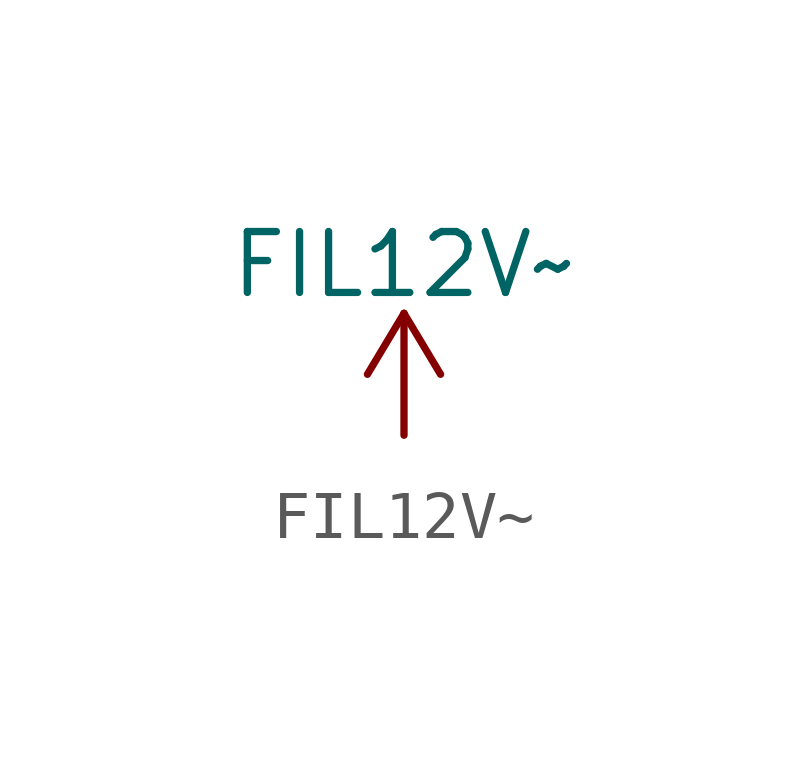
<source format=kicad_sym>
(kicad_symbol_lib
  (version 20220914)
  (generator kicad_symbol_editor)
  (symbol "FIL12V~"
    (power)
    (property "Reference" "#PWR?"
      (at -3.302 -2.54 0)
      (effects (font (size 1.27 1.27)) hide))
    (property "Value" "FIL12V~"
      (at 0 3.556 0)
      (effects (font (size 1.27 1.27))))
    (symbol "FIL12V~_0_1"
      (polyline (pts (xy -0.762 1.27) (xy 0 2.54)) (stroke (width 0) (type default)) (fill (type none)))
      (polyline (pts (xy 0 0) (xy 0 2.54)) (stroke (width 0) (type default)) (fill (type none)))
      (polyline (pts (xy 0 2.54) (xy 0.762 1.27)) (stroke (width 0) (type default)) (fill (type none))))
    (symbol "FIL12V~_1_1"
      (pin power_in line (at 0 0 90) (length 2.54) hide (name "FIL12V~" (effects (font (size 1.27 1.27)))) (number "1" (effects (font (size 1.27 1.27))))))))
</source>
